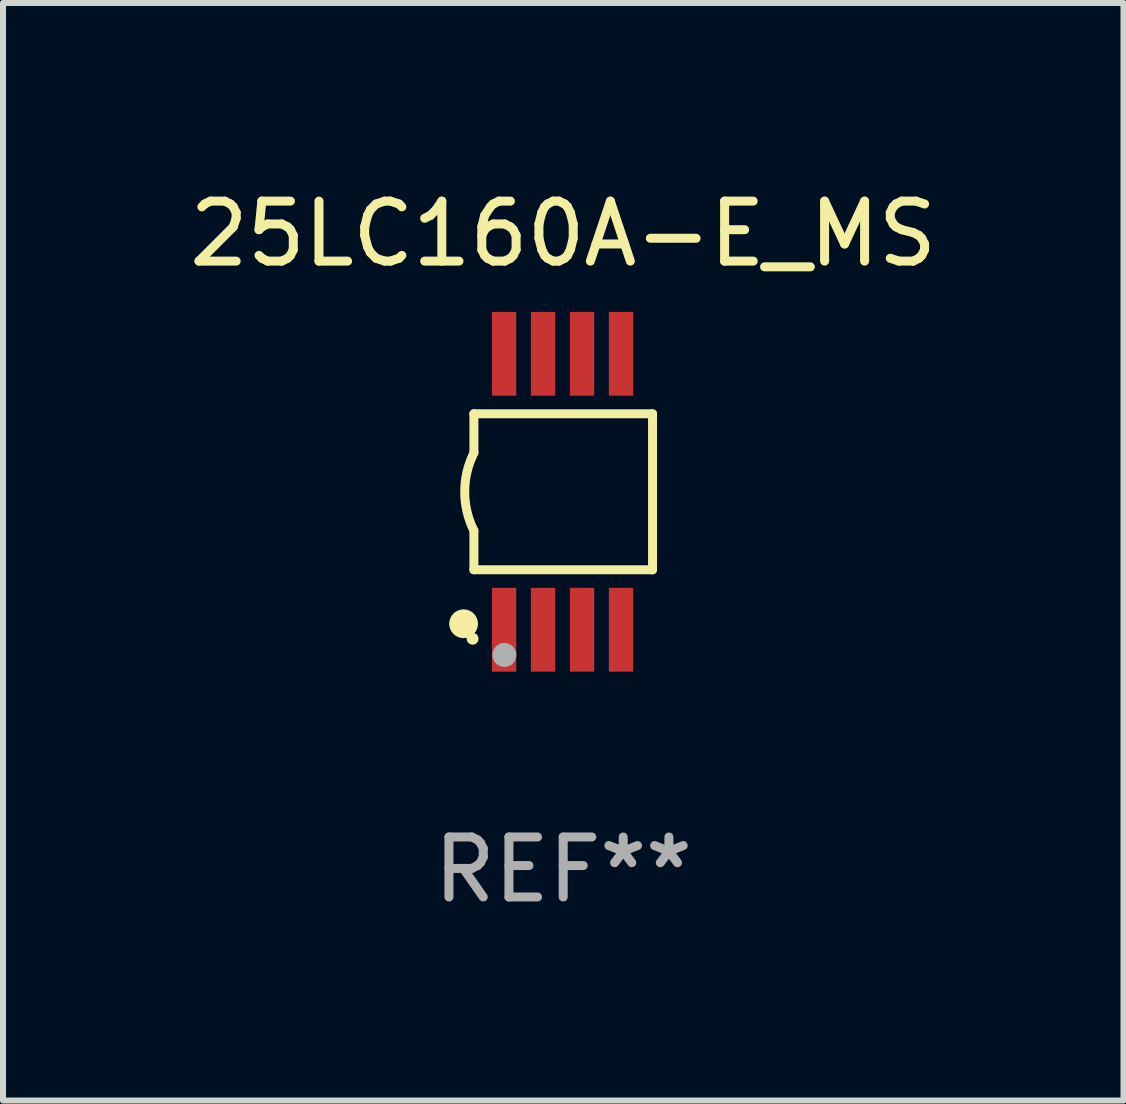
<source format=kicad_pcb>
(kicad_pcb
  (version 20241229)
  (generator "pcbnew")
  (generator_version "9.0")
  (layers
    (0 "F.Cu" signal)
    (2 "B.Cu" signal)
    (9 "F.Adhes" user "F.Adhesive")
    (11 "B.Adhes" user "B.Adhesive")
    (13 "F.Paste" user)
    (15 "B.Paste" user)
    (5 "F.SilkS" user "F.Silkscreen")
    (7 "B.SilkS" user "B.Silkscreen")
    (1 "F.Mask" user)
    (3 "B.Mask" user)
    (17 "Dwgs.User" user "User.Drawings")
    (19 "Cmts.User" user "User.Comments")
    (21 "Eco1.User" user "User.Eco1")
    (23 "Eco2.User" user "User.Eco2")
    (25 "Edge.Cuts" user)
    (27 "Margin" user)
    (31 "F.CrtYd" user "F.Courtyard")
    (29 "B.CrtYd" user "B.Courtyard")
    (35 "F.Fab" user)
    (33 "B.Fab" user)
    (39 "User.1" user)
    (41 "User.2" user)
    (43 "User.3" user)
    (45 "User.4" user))
  (footprint "25LC160A-E_MS"
    (layer "F.Cu")
    (at 6.339 5.148)
    (property "Reference" "25LC160A-E_MS" (at 0 -4.3 0) (layer "F.SilkS") (effects (font (size 1 1) (thickness 0.15))))
    (attr through_hole)
    (fp_line (start -1.489 -1.3) (end -1.489 -0.648) (stroke (width 0.15) (type solid)) (layer "F.SilkS"))
    (fp_line (start -1.489 0.648) (end -1.489 1.3) (stroke (width 0.15) (type solid)) (layer "F.SilkS"))
    (fp_line (start -1.489 1.3) (end 1.489 1.3) (stroke (width 0.15) (type solid)) (layer "F.SilkS"))
    (fp_line (start 1.489 -1.3) (end -1.489 -1.3) (stroke (width 0.15) (type solid)) (layer "F.SilkS"))
    (fp_line (start 1.489 1.3) (end 1.489 -1.3) (stroke (width 0.15) (type solid)) (layer "F.SilkS"))
    (fp_arc (start -1.489205 0.647702) (mid -1.642107 0) (end -1.489205 -0.647701) (stroke (width 0.150013) (type solid)) (layer "F.SilkS"))
    (fp_circle (center -1.661 2.2) (end -1.541 2.2) (stroke (width 0.24) (type solid)) (fill no) (layer "F.SilkS"))
    (fp_circle (center -1.511 2.45) (end -1.461 2.45) (stroke (width 0.1) (type solid)) (fill no) (layer "F.SilkS"))
    (fp_circle (center -0.981 2.72) (end -0.881 2.72) (stroke (width 0.2) (type solid)) (fill no) (layer "F.Fab"))
    (fp_text user "REF**" (at 0 6.3 0) (layer "F.Fab") (effects (font (size 1 1) (thickness 0.15))))
    (pad "1" smd rect (at -0.986 2.3) (size 0.406 1.397) (layers "F.Cu" "F.Mask" "F.Paste"))
    (pad "2" smd rect (at -0.336 2.3) (size 0.406 1.397) (layers "F.Cu" "F.Mask" "F.Paste"))
    (pad "3" smd rect (at 0.314 2.3) (size 0.406 1.397) (layers "F.Cu" "F.Mask" "F.Paste"))
    (pad "4" smd rect (at 0.964 2.3) (size 0.406 1.397) (layers "F.Cu" "F.Mask" "F.Paste"))
    (pad "5" smd rect (at 0.964 -2.3) (size 0.406 1.397) (layers "F.Cu" "F.Mask" "F.Paste"))
    (pad "6" smd rect (at 0.314 -2.3) (size 0.406 1.397) (layers "F.Cu" "F.Mask" "F.Paste"))
    (pad "7" smd rect (at -0.336 -2.3) (size 0.406 1.397) (layers "F.Cu" "F.Mask" "F.Paste"))
    (pad "8" smd rect (at -0.986 -2.3) (size 0.406 1.397) (layers "F.Cu" "F.Mask" "F.Paste")))
  (gr_rect
    (start -3 -3)
    (end 15.679 15.296)
    (stroke (width 0.1) (type default))
    (fill no)
    (layer "Edge.Cuts")))
</source>
